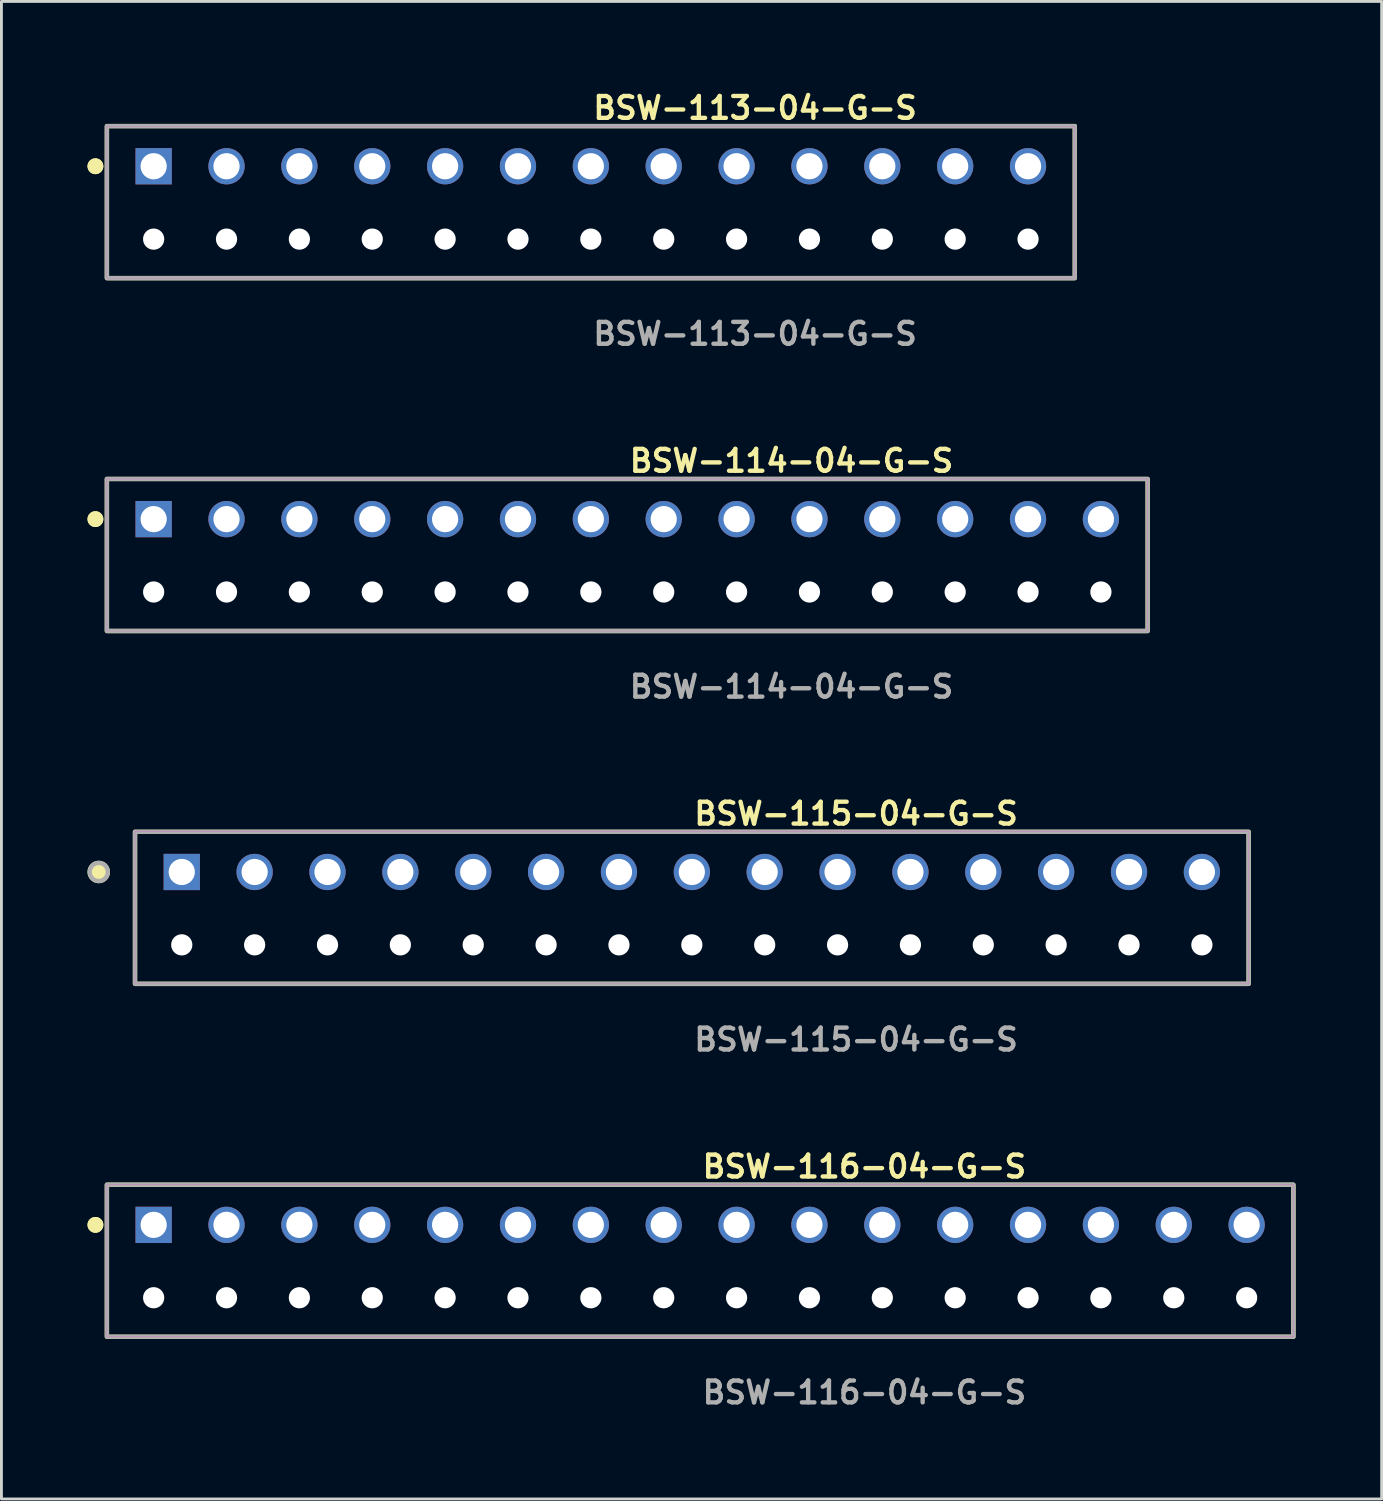
<source format=kicad_pcb>
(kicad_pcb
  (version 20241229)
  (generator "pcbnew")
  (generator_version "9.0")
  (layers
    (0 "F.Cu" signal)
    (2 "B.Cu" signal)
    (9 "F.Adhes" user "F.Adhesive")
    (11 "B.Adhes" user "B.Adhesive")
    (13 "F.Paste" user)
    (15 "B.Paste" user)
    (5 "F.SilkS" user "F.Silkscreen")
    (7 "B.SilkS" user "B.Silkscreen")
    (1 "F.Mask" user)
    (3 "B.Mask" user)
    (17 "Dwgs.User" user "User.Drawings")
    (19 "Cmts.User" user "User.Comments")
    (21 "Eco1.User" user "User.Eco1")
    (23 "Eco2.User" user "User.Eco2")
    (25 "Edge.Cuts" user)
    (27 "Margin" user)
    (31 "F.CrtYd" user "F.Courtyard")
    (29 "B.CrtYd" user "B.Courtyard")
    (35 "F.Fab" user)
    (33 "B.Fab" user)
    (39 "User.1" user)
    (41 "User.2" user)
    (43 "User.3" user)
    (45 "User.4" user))
  (footprint "BSW-113-04-G-S"
    (layer "F.Cu")
    (at 17.546 2.745)
    (property "Reference" "BSW-113-04-G-S" (at 0 -2.032 0) (unlocked yes) (layer "F.SilkS") (effects (font (size 0.762 0.762) (thickness 0.152)) (justify left)))
    (fp_rect (start -16.87 3.9) (end 16.87 -1.4) (stroke (width 0.152) (type solid)) (fill no) (layer "F.SilkS"))
    (fp_circle (center -17.27 0) (end -17.47 0) (stroke (width 0.152) (type solid)) (fill yes) (layer "F.SilkS"))
    (fp_circle (center -17.27 0) (end -17.47 0) (stroke (width 0.152) (type solid)) (fill yes) (layer "F.SilkS"))
    (fp_rect (start -16.87 3.9) (end 16.87 -1.4) (stroke (width 0.006) (type solid)) (fill no) (layer "F.CrtYd"))
    (fp_rect (start -16.87 3.9) (end 16.87 -1.4) (stroke (width 0.152) (type solid)) (fill no) (layer "F.Fab"))
    (fp_text user "${REFERENCE}" (at 0 5.842 0) (unlocked yes) (layer "F.Fab") (effects (font (size 0.762 0.762) (thickness 0.152)) (justify left)))
    (pad "" np_thru_hole circle (at -15.24 2.54) (size 0.74 0.74) (drill 0.74) (layers "*.Cu" "*.Mask"))
    (pad "" np_thru_hole circle (at -12.7 2.54) (size 0.74 0.74) (drill 0.74) (layers "*.Cu" "*.Mask"))
    (pad "" np_thru_hole circle (at -10.16 2.54) (size 0.74 0.74) (drill 0.74) (layers "*.Cu" "*.Mask"))
    (pad "" np_thru_hole circle (at -7.62 2.54) (size 0.74 0.74) (drill 0.74) (layers "*.Cu" "*.Mask"))
    (pad "" np_thru_hole circle (at -5.08 2.54) (size 0.74 0.74) (drill 0.74) (layers "*.Cu" "*.Mask"))
    (pad "" np_thru_hole circle (at -2.54 2.54) (size 0.74 0.74) (drill 0.74) (layers "*.Cu" "*.Mask"))
    (pad "" np_thru_hole circle (at 0 2.54) (size 0.74 0.74) (drill 0.74) (layers "*.Cu" "*.Mask"))
    (pad "" np_thru_hole circle (at 2.54 2.54) (size 0.74 0.74) (drill 0.74) (layers "*.Cu" "*.Mask"))
    (pad "" np_thru_hole circle (at 5.08 2.54) (size 0.74 0.74) (drill 0.74) (layers "*.Cu" "*.Mask"))
    (pad "" np_thru_hole circle (at 7.62 2.54) (size 0.74 0.74) (drill 0.74) (layers "*.Cu" "*.Mask"))
    (pad "" np_thru_hole circle (at 10.16 2.54) (size 0.74 0.74) (drill 0.74) (layers "*.Cu" "*.Mask"))
    (pad "" np_thru_hole circle (at 12.7 2.54) (size 0.74 0.74) (drill 0.74) (layers "*.Cu" "*.Mask"))
    (pad "" np_thru_hole circle (at 15.24 2.54) (size 0.74 0.74) (drill 0.74) (layers "*.Cu" "*.Mask"))
    (pad "1" thru_hole rect (at -15.24 0) (size 1.264 1.264) (drill 0.914) (layers "*.Cu" "*.Mask"))
    (pad "2" thru_hole circle (at -12.7 0) (size 1.264 1.264) (drill 0.914) (layers "*.Cu" "*.Mask"))
    (pad "3" thru_hole circle (at -10.16 0) (size 1.264 1.264) (drill 0.914) (layers "*.Cu" "*.Mask"))
    (pad "4" thru_hole circle (at -7.62 0) (size 1.264 1.264) (drill 0.914) (layers "*.Cu" "*.Mask"))
    (pad "5" thru_hole circle (at -5.08 0) (size 1.264 1.264) (drill 0.914) (layers "*.Cu" "*.Mask"))
    (pad "6" thru_hole circle (at -2.54 0) (size 1.264 1.264) (drill 0.914) (layers "*.Cu" "*.Mask"))
    (pad "7" thru_hole circle (at 0 0) (size 1.264 1.264) (drill 0.914) (layers "*.Cu" "*.Mask"))
    (pad "8" thru_hole circle (at 2.54 0) (size 1.264 1.264) (drill 0.914) (layers "*.Cu" "*.Mask"))
    (pad "9" thru_hole circle (at 5.08 0) (size 1.264 1.264) (drill 0.914) (layers "*.Cu" "*.Mask"))
    (pad "10" thru_hole circle (at 7.62 0) (size 1.264 1.264) (drill 0.914) (layers "*.Cu" "*.Mask"))
    (pad "11" thru_hole circle (at 10.16 0) (size 1.264 1.264) (drill 0.914) (layers "*.Cu" "*.Mask"))
    (pad "12" thru_hole circle (at 12.7 0) (size 1.264 1.264) (drill 0.914) (layers "*.Cu" "*.Mask"))
    (pad "13" thru_hole circle (at 15.24 0) (size 1.264 1.264) (drill 0.914) (layers "*.Cu" "*.Mask")))
  (footprint "BSW-116-04-G-S"
    (layer "F.Cu")
    (at 21.356 39.647)
    (property "Reference" "BSW-116-04-G-S" (at 0 -2.032 0) (unlocked yes) (layer "F.SilkS") (effects (font (size 0.762 0.762) (thickness 0.152)) (justify left)))
    (fp_rect (start -20.68 3.9) (end 20.68 -1.4) (stroke (width 0.152) (type solid)) (fill no) (layer "F.SilkS"))
    (fp_circle (center -21.08 0) (end -21.28 0) (stroke (width 0.152) (type solid)) (fill yes) (layer "F.SilkS"))
    (fp_circle (center -21.08 0) (end -21.28 0) (stroke (width 0.152) (type solid)) (fill yes) (layer "F.SilkS"))
    (fp_rect (start -20.68 3.9) (end 20.68 -1.4) (stroke (width 0.006) (type solid)) (fill no) (layer "F.CrtYd"))
    (fp_rect (start -20.68 3.9) (end 20.68 -1.4) (stroke (width 0.152) (type solid)) (fill no) (layer "F.Fab"))
    (fp_text user "${REFERENCE}" (at 0 5.842 0) (unlocked yes) (layer "F.Fab") (effects (font (size 0.762 0.762) (thickness 0.152)) (justify left)))
    (pad "" np_thru_hole circle (at -19.05 2.54) (size 0.74 0.74) (drill 0.74) (layers "*.Cu" "*.Mask"))
    (pad "" np_thru_hole circle (at -16.51 2.54) (size 0.74 0.74) (drill 0.74) (layers "*.Cu" "*.Mask"))
    (pad "" np_thru_hole circle (at -13.97 2.54) (size 0.74 0.74) (drill 0.74) (layers "*.Cu" "*.Mask"))
    (pad "" np_thru_hole circle (at -11.43 2.54) (size 0.74 0.74) (drill 0.74) (layers "*.Cu" "*.Mask"))
    (pad "" np_thru_hole circle (at -8.89 2.54) (size 0.74 0.74) (drill 0.74) (layers "*.Cu" "*.Mask"))
    (pad "" np_thru_hole circle (at -6.35 2.54) (size 0.74 0.74) (drill 0.74) (layers "*.Cu" "*.Mask"))
    (pad "" np_thru_hole circle (at -3.81 2.54) (size 0.74 0.74) (drill 0.74) (layers "*.Cu" "*.Mask"))
    (pad "" np_thru_hole circle (at -1.27 2.54) (size 0.74 0.74) (drill 0.74) (layers "*.Cu" "*.Mask"))
    (pad "" np_thru_hole circle (at 1.27 2.54) (size 0.74 0.74) (drill 0.74) (layers "*.Cu" "*.Mask"))
    (pad "" np_thru_hole circle (at 3.81 2.54) (size 0.74 0.74) (drill 0.74) (layers "*.Cu" "*.Mask"))
    (pad "" np_thru_hole circle (at 6.35 2.54) (size 0.74 0.74) (drill 0.74) (layers "*.Cu" "*.Mask"))
    (pad "" np_thru_hole circle (at 8.89 2.54) (size 0.74 0.74) (drill 0.74) (layers "*.Cu" "*.Mask"))
    (pad "" np_thru_hole circle (at 11.43 2.54) (size 0.74 0.74) (drill 0.74) (layers "*.Cu" "*.Mask"))
    (pad "" np_thru_hole circle (at 13.97 2.54) (size 0.74 0.74) (drill 0.74) (layers "*.Cu" "*.Mask"))
    (pad "" np_thru_hole circle (at 16.51 2.54) (size 0.74 0.74) (drill 0.74) (layers "*.Cu" "*.Mask"))
    (pad "" np_thru_hole circle (at 19.05 2.54) (size 0.74 0.74) (drill 0.74) (layers "*.Cu" "*.Mask"))
    (pad "1" thru_hole rect (at -19.05 0) (size 1.264 1.264) (drill 0.914) (layers "*.Cu" "*.Mask"))
    (pad "2" thru_hole circle (at -16.51 0) (size 1.264 1.264) (drill 0.914) (layers "*.Cu" "*.Mask"))
    (pad "3" thru_hole circle (at -13.97 0) (size 1.264 1.264) (drill 0.914) (layers "*.Cu" "*.Mask"))
    (pad "4" thru_hole circle (at -11.43 0) (size 1.264 1.264) (drill 0.914) (layers "*.Cu" "*.Mask"))
    (pad "5" thru_hole circle (at -8.89 0) (size 1.264 1.264) (drill 0.914) (layers "*.Cu" "*.Mask"))
    (pad "6" thru_hole circle (at -6.35 0) (size 1.264 1.264) (drill 0.914) (layers "*.Cu" "*.Mask"))
    (pad "7" thru_hole circle (at -3.81 0) (size 1.264 1.264) (drill 0.914) (layers "*.Cu" "*.Mask"))
    (pad "8" thru_hole circle (at -1.27 0) (size 1.264 1.264) (drill 0.914) (layers "*.Cu" "*.Mask"))
    (pad "9" thru_hole circle (at 1.27 0) (size 1.264 1.264) (drill 0.914) (layers "*.Cu" "*.Mask"))
    (pad "10" thru_hole circle (at 3.81 0) (size 1.264 1.264) (drill 0.914) (layers "*.Cu" "*.Mask"))
    (pad "11" thru_hole circle (at 6.35 0) (size 1.264 1.264) (drill 0.914) (layers "*.Cu" "*.Mask"))
    (pad "12" thru_hole circle (at 8.89 0) (size 1.264 1.264) (drill 0.914) (layers "*.Cu" "*.Mask"))
    (pad "13" thru_hole circle (at 11.43 0) (size 1.264 1.264) (drill 0.914) (layers "*.Cu" "*.Mask"))
    (pad "14" thru_hole circle (at 13.97 0) (size 1.264 1.264) (drill 0.914) (layers "*.Cu" "*.Mask"))
    (pad "15" thru_hole circle (at 16.51 0) (size 1.264 1.264) (drill 0.914) (layers "*.Cu" "*.Mask"))
    (pad "16" thru_hole circle (at 19.05 0) (size 1.264 1.264) (drill 0.914) (layers "*.Cu" "*.Mask")))
  (footprint "BSW-114-04-G-S"
    (layer "F.Cu")
    (at 18.816 15.046)
    (property "Reference" "BSW-114-04-G-S" (at 0 -2.032 0) (unlocked yes) (layer "F.SilkS") (effects (font (size 0.762 0.762) (thickness 0.152)) (justify left)))
    (fp_rect (start -18.14 3.9) (end 18.14 -1.4) (stroke (width 0.152) (type solid)) (fill no) (layer "F.SilkS"))
    (fp_circle (center -18.54 0) (end -18.74 0) (stroke (width 0.152) (type solid)) (fill yes) (layer "F.SilkS"))
    (fp_circle (center -18.54 0) (end -18.74 0) (stroke (width 0.152) (type solid)) (fill yes) (layer "F.SilkS"))
    (fp_rect (start -18.14 3.9) (end 18.14 -1.4) (stroke (width 0.006) (type solid)) (fill no) (layer "F.CrtYd"))
    (fp_rect (start -18.14 3.9) (end 18.14 -1.4) (stroke (width 0.152) (type solid)) (fill no) (layer "F.Fab"))
    (fp_text user "${REFERENCE}" (at 0 5.842 0) (unlocked yes) (layer "F.Fab") (effects (font (size 0.762 0.762) (thickness 0.152)) (justify left)))
    (pad "" np_thru_hole circle (at -16.51 2.54) (size 0.74 0.74) (drill 0.74) (layers "*.Cu" "*.Mask"))
    (pad "" np_thru_hole circle (at -13.97 2.54) (size 0.74 0.74) (drill 0.74) (layers "*.Cu" "*.Mask"))
    (pad "" np_thru_hole circle (at -11.43 2.54) (size 0.74 0.74) (drill 0.74) (layers "*.Cu" "*.Mask"))
    (pad "" np_thru_hole circle (at -8.89 2.54) (size 0.74 0.74) (drill 0.74) (layers "*.Cu" "*.Mask"))
    (pad "" np_thru_hole circle (at -6.35 2.54) (size 0.74 0.74) (drill 0.74) (layers "*.Cu" "*.Mask"))
    (pad "" np_thru_hole circle (at -3.81 2.54) (size 0.74 0.74) (drill 0.74) (layers "*.Cu" "*.Mask"))
    (pad "" np_thru_hole circle (at -1.27 2.54) (size 0.74 0.74) (drill 0.74) (layers "*.Cu" "*.Mask"))
    (pad "" np_thru_hole circle (at 1.27 2.54) (size 0.74 0.74) (drill 0.74) (layers "*.Cu" "*.Mask"))
    (pad "" np_thru_hole circle (at 3.81 2.54) (size 0.74 0.74) (drill 0.74) (layers "*.Cu" "*.Mask"))
    (pad "" np_thru_hole circle (at 6.35 2.54) (size 0.74 0.74) (drill 0.74) (layers "*.Cu" "*.Mask"))
    (pad "" np_thru_hole circle (at 8.89 2.54) (size 0.74 0.74) (drill 0.74) (layers "*.Cu" "*.Mask"))
    (pad "" np_thru_hole circle (at 11.43 2.54) (size 0.74 0.74) (drill 0.74) (layers "*.Cu" "*.Mask"))
    (pad "" np_thru_hole circle (at 13.97 2.54) (size 0.74 0.74) (drill 0.74) (layers "*.Cu" "*.Mask"))
    (pad "" np_thru_hole circle (at 16.51 2.54) (size 0.74 0.74) (drill 0.74) (layers "*.Cu" "*.Mask"))
    (pad "1" thru_hole rect (at -16.51 0) (size 1.264 1.264) (drill 0.914) (layers "*.Cu" "*.Mask"))
    (pad "2" thru_hole circle (at -13.97 0) (size 1.264 1.264) (drill 0.914) (layers "*.Cu" "*.Mask"))
    (pad "3" thru_hole circle (at -11.43 0) (size 1.264 1.264) (drill 0.914) (layers "*.Cu" "*.Mask"))
    (pad "4" thru_hole circle (at -8.89 0) (size 1.264 1.264) (drill 0.914) (layers "*.Cu" "*.Mask"))
    (pad "5" thru_hole circle (at -6.35 0) (size 1.264 1.264) (drill 0.914) (layers "*.Cu" "*.Mask"))
    (pad "6" thru_hole circle (at -3.81 0) (size 1.264 1.264) (drill 0.914) (layers "*.Cu" "*.Mask"))
    (pad "7" thru_hole circle (at -1.27 0) (size 1.264 1.264) (drill 0.914) (layers "*.Cu" "*.Mask"))
    (pad "8" thru_hole circle (at 1.27 0) (size 1.264 1.264) (drill 0.914) (layers "*.Cu" "*.Mask"))
    (pad "9" thru_hole circle (at 3.81 0) (size 1.264 1.264) (drill 0.914) (layers "*.Cu" "*.Mask"))
    (pad "10" thru_hole circle (at 6.35 0) (size 1.264 1.264) (drill 0.914) (layers "*.Cu" "*.Mask"))
    (pad "11" thru_hole circle (at 8.89 0) (size 1.264 1.264) (drill 0.914) (layers "*.Cu" "*.Mask"))
    (pad "12" thru_hole circle (at 11.43 0) (size 1.264 1.264) (drill 0.914) (layers "*.Cu" "*.Mask"))
    (pad "13" thru_hole circle (at 13.97 0) (size 1.264 1.264) (drill 0.914) (layers "*.Cu" "*.Mask"))
    (pad "14" thru_hole circle (at 16.51 0) (size 1.264 1.264) (drill 0.914) (layers "*.Cu" "*.Mask")))
  (footprint "BSW-115-04-G-S"
    (layer "F.Cu")
    (at 21.066 27.346)
    (property "Reference" "BSW-115-04-G-S" (at 0 -2.032 0) (unlocked yes) (layer "F.SilkS") (effects (font (size 0.762 0.762) (thickness 0.152)) (justify left)))
    (fp_rect (start -19.41 3.9) (end 19.41 -1.4) (stroke (width 0.152) (type solid)) (fill no) (layer "F.SilkS"))
    (fp_circle (center -20.674 0) (end -20.99 0) (stroke (width 0.152) (type solid)) (fill yes) (layer "F.SilkS"))
    (fp_rect (start -19.41 3.9) (end 19.41 -1.4) (stroke (width 0.006) (type solid)) (fill no) (layer "F.CrtYd"))
    (fp_rect (start -19.41 3.9) (end 19.41 -1.4) (stroke (width 0.152) (type solid)) (fill no) (layer "F.Fab"))
    (fp_circle (center -20.674 0) (end -20.99 0) (stroke (width 0.152) (type solid)) (fill no) (layer "F.Fab"))
    (fp_text user "${REFERENCE}" (at 0 5.842 0) (unlocked yes) (layer "F.Fab") (effects (font (size 0.762 0.762) (thickness 0.152)) (justify left)))
    (pad "" np_thru_hole circle (at -17.78 2.54) (size 0.74 0.74) (drill 0.74) (layers "*.Cu" "*.Mask"))
    (pad "" np_thru_hole circle (at -15.24 2.54) (size 0.74 0.74) (drill 0.74) (layers "*.Cu" "*.Mask"))
    (pad "" np_thru_hole circle (at -12.7 2.54) (size 0.74 0.74) (drill 0.74) (layers "*.Cu" "*.Mask"))
    (pad "" np_thru_hole circle (at -10.16 2.54) (size 0.74 0.74) (drill 0.74) (layers "*.Cu" "*.Mask"))
    (pad "" np_thru_hole circle (at -7.62 2.54) (size 0.74 0.74) (drill 0.74) (layers "*.Cu" "*.Mask"))
    (pad "" np_thru_hole circle (at -5.08 2.54) (size 0.74 0.74) (drill 0.74) (layers "*.Cu" "*.Mask"))
    (pad "" np_thru_hole circle (at -2.54 2.54) (size 0.74 0.74) (drill 0.74) (layers "*.Cu" "*.Mask"))
    (pad "" np_thru_hole circle (at 0 2.54) (size 0.74 0.74) (drill 0.74) (layers "*.Cu" "*.Mask"))
    (pad "" np_thru_hole circle (at 2.54 2.54) (size 0.74 0.74) (drill 0.74) (layers "*.Cu" "*.Mask"))
    (pad "" np_thru_hole circle (at 5.08 2.54) (size 0.74 0.74) (drill 0.74) (layers "*.Cu" "*.Mask"))
    (pad "" np_thru_hole circle (at 7.62 2.54) (size 0.74 0.74) (drill 0.74) (layers "*.Cu" "*.Mask"))
    (pad "" np_thru_hole circle (at 10.16 2.54) (size 0.74 0.74) (drill 0.74) (layers "*.Cu" "*.Mask"))
    (pad "" np_thru_hole circle (at 12.7 2.54) (size 0.74 0.74) (drill 0.74) (layers "*.Cu" "*.Mask"))
    (pad "" np_thru_hole circle (at 15.24 2.54) (size 0.74 0.74) (drill 0.74) (layers "*.Cu" "*.Mask"))
    (pad "" np_thru_hole circle (at 17.78 2.54) (size 0.74 0.74) (drill 0.74) (layers "*.Cu" "*.Mask"))
    (pad "1" thru_hole rect (at -17.78 0) (size 1.264 1.264) (drill 0.914) (layers "*.Cu" "*.Mask"))
    (pad "2" thru_hole circle (at -15.24 0) (size 1.264 1.264) (drill 0.914) (layers "*.Cu" "*.Mask"))
    (pad "3" thru_hole circle (at -12.7 0) (size 1.264 1.264) (drill 0.914) (layers "*.Cu" "*.Mask"))
    (pad "4" thru_hole circle (at -10.16 0) (size 1.264 1.264) (drill 0.914) (layers "*.Cu" "*.Mask"))
    (pad "5" thru_hole circle (at -7.62 0) (size 1.264 1.264) (drill 0.914) (layers "*.Cu" "*.Mask"))
    (pad "6" thru_hole circle (at -5.08 0) (size 1.264 1.264) (drill 0.914) (layers "*.Cu" "*.Mask"))
    (pad "7" thru_hole circle (at -2.54 0) (size 1.264 1.264) (drill 0.914) (layers "*.Cu" "*.Mask"))
    (pad "8" thru_hole circle (at 0 0) (size 1.264 1.264) (drill 0.914) (layers "*.Cu" "*.Mask"))
    (pad "9" thru_hole circle (at 2.54 0) (size 1.264 1.264) (drill 0.914) (layers "*.Cu" "*.Mask"))
    (pad "10" thru_hole circle (at 5.08 0) (size 1.264 1.264) (drill 0.914) (layers "*.Cu" "*.Mask"))
    (pad "11" thru_hole circle (at 7.62 0) (size 1.264 1.264) (drill 0.914) (layers "*.Cu" "*.Mask"))
    (pad "12" thru_hole circle (at 10.16 0) (size 1.264 1.264) (drill 0.914) (layers "*.Cu" "*.Mask"))
    (pad "13" thru_hole circle (at 12.7 0) (size 1.264 1.264) (drill 0.914) (layers "*.Cu" "*.Mask"))
    (pad "14" thru_hole circle (at 15.24 0) (size 1.264 1.264) (drill 0.914) (layers "*.Cu" "*.Mask"))
    (pad "15" thru_hole circle (at 17.78 0) (size 1.264 1.264) (drill 0.914) (layers "*.Cu" "*.Mask")))
  (gr_rect
    (start -3 -3)
    (end 45.112 49.202)
    (stroke (width 0.1) (type default))
    (fill no)
    (layer "Edge.Cuts")))
</source>
